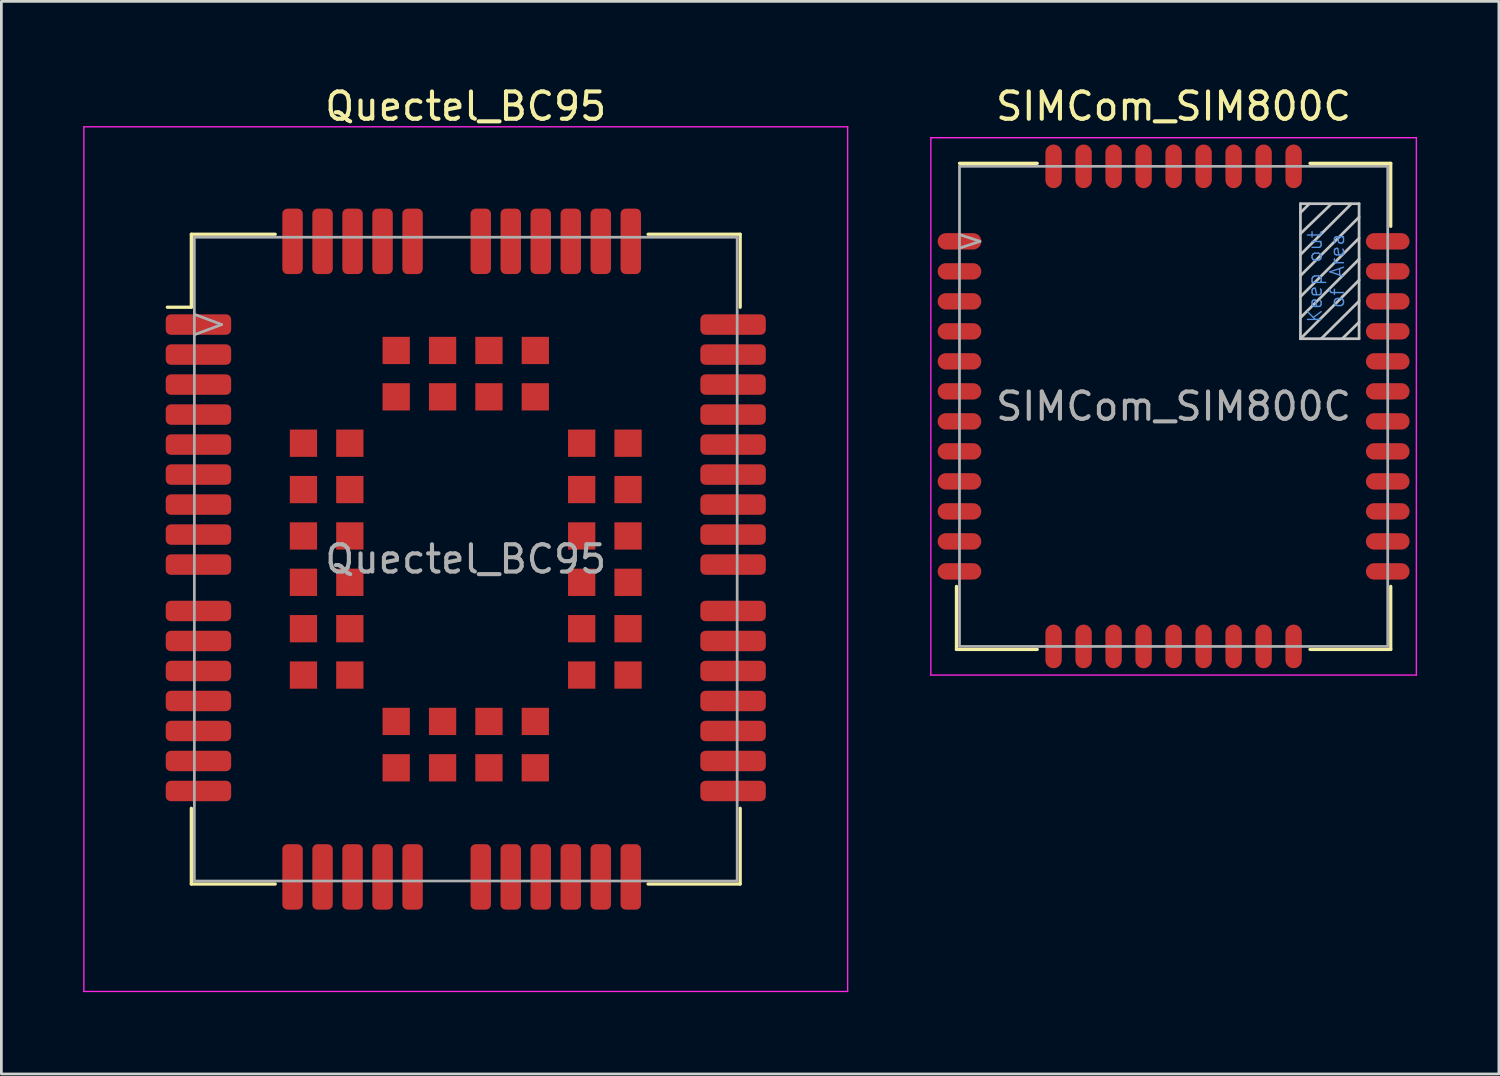
<source format=kicad_pcb>
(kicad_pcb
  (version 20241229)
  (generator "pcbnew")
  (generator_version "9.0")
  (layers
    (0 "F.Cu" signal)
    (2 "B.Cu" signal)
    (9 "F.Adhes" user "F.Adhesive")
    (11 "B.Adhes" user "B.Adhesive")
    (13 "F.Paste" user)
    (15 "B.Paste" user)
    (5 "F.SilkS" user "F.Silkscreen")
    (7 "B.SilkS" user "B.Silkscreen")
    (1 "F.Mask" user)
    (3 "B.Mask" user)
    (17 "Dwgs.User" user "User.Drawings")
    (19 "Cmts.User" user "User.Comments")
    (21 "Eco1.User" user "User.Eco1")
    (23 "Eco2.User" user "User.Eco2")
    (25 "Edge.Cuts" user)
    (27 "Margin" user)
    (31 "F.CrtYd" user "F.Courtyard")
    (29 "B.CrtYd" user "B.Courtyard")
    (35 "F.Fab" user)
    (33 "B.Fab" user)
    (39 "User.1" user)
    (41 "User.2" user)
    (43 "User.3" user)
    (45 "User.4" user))
  (footprint "SIMCom_SIM800C"
    (layer "F.Cu")
    (at 39.975 11.848)
    (property "Reference" "SIMCom_SIM800C" (at 0 -11 0) (layer "F.SilkS") (effects (font (size 1 1) (thickness 0.15))))
    (attr smd)
    (fp_line (start -7.96 8.91) (end -7.96 6.6) (stroke (width 0.12) (type solid)) (layer "F.SilkS"))
    (fp_line (start -7.96 8.91) (end -5 8.91) (stroke (width 0.12) (type solid)) (layer "F.SilkS"))
    (fp_line (start -7.85 -8.91) (end -5 -8.91) (stroke (width 0.12) (type solid)) (layer "F.SilkS"))
    (fp_line (start 7.96 -8.91) (end 5 -8.91) (stroke (width 0.12) (type solid)) (layer "F.SilkS"))
    (fp_line (start 7.96 -8.91) (end 7.96 -6.6) (stroke (width 0.12) (type solid)) (layer "F.SilkS"))
    (fp_line (start 7.96 8.91) (end 5 8.91) (stroke (width 0.12) (type solid)) (layer "F.SilkS"))
    (fp_line (start 7.96 8.91) (end 7.96 6.6) (stroke (width 0.12) (type solid)) (layer "F.SilkS"))
    (fp_line (start 4.65 -7.43) (end 4.65 -2.48) (stroke (width 0.1) (type solid)) (layer "Dwgs.User"))
    (fp_line (start 4.65 -7.43) (end 6.8 -7.43) (stroke (width 0.1) (type solid)) (layer "Dwgs.User"))
    (fp_line (start 4.65 -7.1) (end 4.97 -7.42) (stroke (width 0.1) (type solid)) (layer "Dwgs.User"))
    (fp_line (start 4.65 -6.33) (end 5.78 -7.42) (stroke (width 0.1) (type solid)) (layer "Dwgs.User"))
    (fp_line (start 4.65 -5.56) (end 6.51 -7.42) (stroke (width 0.1) (type solid)) (layer "Dwgs.User"))
    (fp_line (start 4.65 -4.79) (end 6.8 -6.94) (stroke (width 0.1) (type solid)) (layer "Dwgs.User"))
    (fp_line (start 4.65 -4.02) (end 6.8 -6.17) (stroke (width 0.1) (type solid)) (layer "Dwgs.User"))
    (fp_line (start 4.65 -3.25) (end 6.8 -5.4) (stroke (width 0.1) (type solid)) (layer "Dwgs.User"))
    (fp_line (start 4.65 -2.48) (end 6.8 -4.63) (stroke (width 0.1) (type solid)) (layer "Dwgs.User"))
    (fp_line (start 4.65 -2.48) (end 6.8 -2.48) (stroke (width 0.1) (type solid)) (layer "Dwgs.User"))
    (fp_line (start 5.415 -2.486) (end 6.8 -3.86) (stroke (width 0.1) (type solid)) (layer "Dwgs.User"))
    (fp_line (start 6.18 -2.48) (end 6.8 -3.09) (stroke (width 0.1) (type solid)) (layer "Dwgs.User"))
    (fp_line (start 6.8 -7.43) (end 6.8 -2.48) (stroke (width 0.1) (type solid)) (layer "Dwgs.User"))
    (fp_line (start -8.9 -9.85) (end -8.9 9.85) (stroke (width 0.05) (type solid)) (layer "F.CrtYd"))
    (fp_line (start -8.9 -9.85) (end 8.9 -9.85) (stroke (width 0.05) (type solid)) (layer "F.CrtYd"))
    (fp_line (start -8.9 9.85) (end 8.9 9.85) (stroke (width 0.05) (type solid)) (layer "F.CrtYd"))
    (fp_line (start 8.9 -9.85) (end 8.9 9.85) (stroke (width 0.05) (type solid)) (layer "F.CrtYd"))
    (fp_line (start -7.85 -8.8) (end -7.85 8.8) (stroke (width 0.1) (type solid)) (layer "F.Fab"))
    (fp_line (start -7.85 -8.8) (end 7.85 -8.8) (stroke (width 0.1) (type solid)) (layer "F.Fab"))
    (fp_line (start -7.85 -6.3) (end -7.1 -6.05) (stroke (width 0.1) (type solid)) (layer "F.Fab"))
    (fp_line (start -7.85 -5.8) (end -7.1 -6.05) (stroke (width 0.1) (type solid)) (layer "F.Fab"))
    (fp_line (start -7.85 8.8) (end 7.85 8.8) (stroke (width 0.1) (type solid)) (layer "F.Fab"))
    (fp_line (start 7.85 -8.8) (end 7.85 8.8) (stroke (width 0.1) (type solid)) (layer "F.Fab"))
    (fp_text user "of Area" (at 6 -4.97 90) (layer "Cmts.User") (effects (font (size 0.5 0.5) (thickness 0.05))))
    (fp_text user "Keep out " (at 5.18 -4.95 90) (layer "Cmts.User") (effects (font (size 0.5 0.5) (thickness 0.05))))
    (fp_text user "${REFERENCE}" (at 0 0 0) (layer "F.Fab") (effects (font (size 1 1) (thickness 0.15))))
    (pad "1" smd oval (at -7.85 -6.05) (size 1.6 0.6) (layers "F.Cu" "F.Mask" "F.Paste"))
    (pad "2" smd oval (at -7.85 -4.95) (size 1.6 0.6) (layers "F.Cu" "F.Mask" "F.Paste"))
    (pad "3" smd oval (at -7.85 -3.85) (size 1.6 0.6) (layers "F.Cu" "F.Mask" "F.Paste"))
    (pad "4" smd oval (at -7.85 -2.75) (size 1.6 0.6) (layers "F.Cu" "F.Mask" "F.Paste"))
    (pad "5" smd oval (at -7.85 -1.65) (size 1.6 0.6) (layers "F.Cu" "F.Mask" "F.Paste"))
    (pad "6" smd oval (at -7.85 -0.55) (size 1.6 0.6) (layers "F.Cu" "F.Mask" "F.Paste"))
    (pad "7" smd oval (at -7.85 0.55) (size 1.6 0.6) (layers "F.Cu" "F.Mask" "F.Paste"))
    (pad "8" smd oval (at -7.85 1.65) (size 1.6 0.6) (layers "F.Cu" "F.Mask" "F.Paste"))
    (pad "9" smd oval (at -7.85 2.75) (size 1.6 0.6) (layers "F.Cu" "F.Mask" "F.Paste"))
    (pad "10" smd oval (at -7.85 3.85) (size 1.6 0.6) (layers "F.Cu" "F.Mask" "F.Paste"))
    (pad "11" smd oval (at -7.85 4.95) (size 1.6 0.6) (layers "F.Cu" "F.Mask" "F.Paste"))
    (pad "12" smd oval (at -7.85 6.05) (size 1.6 0.6) (layers "F.Cu" "F.Mask" "F.Paste"))
    (pad "13" smd oval (at -4.4 8.8) (size 0.6 1.6) (layers "F.Cu" "F.Mask" "F.Paste"))
    (pad "14" smd oval (at -3.3 8.8) (size 0.6 1.6) (layers "F.Cu" "F.Mask" "F.Paste"))
    (pad "15" smd oval (at -2.2 8.8) (size 0.6 1.6) (layers "F.Cu" "F.Mask" "F.Paste"))
    (pad "16" smd oval (at -1.1 8.8) (size 0.6 1.6) (layers "F.Cu" "F.Mask" "F.Paste"))
    (pad "17" smd oval (at 0 8.8) (size 0.6 1.6) (layers "F.Cu" "F.Mask" "F.Paste"))
    (pad "18" smd oval (at 1.1 8.8) (size 0.6 1.6) (layers "F.Cu" "F.Mask" "F.Paste"))
    (pad "19" smd oval (at 2.2 8.8) (size 0.6 1.6) (layers "F.Cu" "F.Mask" "F.Paste"))
    (pad "20" smd oval (at 3.3 8.8) (size 0.6 1.6) (layers "F.Cu" "F.Mask" "F.Paste"))
    (pad "21" smd oval (at 4.4 8.8) (size 0.6 1.6) (layers "F.Cu" "F.Mask" "F.Paste"))
    (pad "22" smd oval (at 7.85 6.05) (size 1.6 0.6) (layers "F.Cu" "F.Mask" "F.Paste"))
    (pad "23" smd oval (at 7.85 4.95) (size 1.6 0.6) (layers "F.Cu" "F.Mask" "F.Paste"))
    (pad "24" smd oval (at 7.85 3.85) (size 1.6 0.6) (layers "F.Cu" "F.Mask" "F.Paste"))
    (pad "25" smd oval (at 7.85 2.75) (size 1.6 0.6) (layers "F.Cu" "F.Mask" "F.Paste"))
    (pad "26" smd oval (at 7.85 1.65) (size 1.6 0.6) (layers "F.Cu" "F.Mask" "F.Paste"))
    (pad "27" smd oval (at 7.85 0.55) (size 1.6 0.6) (layers "F.Cu" "F.Mask" "F.Paste"))
    (pad "28" smd oval (at 7.85 -0.55) (size 1.6 0.6) (layers "F.Cu" "F.Mask" "F.Paste"))
    (pad "29" smd oval (at 7.85 -1.65) (size 1.6 0.6) (layers "F.Cu" "F.Mask" "F.Paste"))
    (pad "30" smd oval (at 7.85 -2.75) (size 1.6 0.6) (layers "F.Cu" "F.Mask" "F.Paste"))
    (pad "31" smd oval (at 7.85 -3.85) (size 1.6 0.6) (layers "F.Cu" "F.Mask" "F.Paste"))
    (pad "32" smd oval (at 7.85 -4.95) (size 1.6 0.6) (layers "F.Cu" "F.Mask" "F.Paste"))
    (pad "33" smd oval (at 7.85 -6.05) (size 1.6 0.6) (layers "F.Cu" "F.Mask" "F.Paste"))
    (pad "34" smd oval (at 4.4 -8.8) (size 0.6 1.6) (layers "F.Cu" "F.Mask" "F.Paste"))
    (pad "35" smd oval (at 3.3 -8.8) (size 0.6 1.6) (layers "F.Cu" "F.Mask" "F.Paste"))
    (pad "36" smd oval (at 2.2 -8.8) (size 0.6 1.6) (layers "F.Cu" "F.Mask" "F.Paste"))
    (pad "37" smd oval (at 1.1 -8.8) (size 0.6 1.6) (layers "F.Cu" "F.Mask" "F.Paste"))
    (pad "38" smd oval (at 0 -8.8) (size 0.6 1.6) (layers "F.Cu" "F.Mask" "F.Paste"))
    (pad "39" smd oval (at -1.1 -8.8) (size 0.6 1.6) (layers "F.Cu" "F.Mask" "F.Paste"))
    (pad "40" smd oval (at -2.2 -8.8) (size 0.6 1.6) (layers "F.Cu" "F.Mask" "F.Paste"))
    (pad "41" smd oval (at -3.3 -8.8) (size 0.6 1.6) (layers "F.Cu" "F.Mask" "F.Paste"))
    (pad "42" smd oval (at -4.4 -8.8) (size 0.6 1.6) (layers "F.Cu" "F.Mask" "F.Paste")))
  (footprint "Quectel_BC95"
    (layer "F.Cu")
    (at 14.025 17.448)
    (property "Reference" "Quectel_BC95" (at 0 -16.6 0) (unlocked yes) (layer "F.SilkS") (effects (font (size 1 1) (thickness 0.15))))
    (attr smd)
    (fp_line (start -10.94 -9.235) (end -10.06 -9.235) (stroke (width 0.12) (type solid)) (layer "F.SilkS"))
    (fp_line (start -10.06 -11.91) (end -10.06 -9.235) (stroke (width 0.12) (type solid)) (layer "F.SilkS"))
    (fp_line (start -10.06 -11.91) (end -6.985 -11.91) (stroke (width 0.12) (type solid)) (layer "F.SilkS"))
    (fp_line (start -10.06 9.135) (end -10.06 11.91) (stroke (width 0.12) (type solid)) (layer "F.SilkS"))
    (fp_line (start -10.06 11.91) (end -6.985 11.91) (stroke (width 0.12) (type solid)) (layer "F.SilkS"))
    (fp_line (start 6.685 -11.91) (end 10.06 -11.91) (stroke (width 0.12) (type solid)) (layer "F.SilkS"))
    (fp_line (start 6.685 11.91) (end 10.06 11.91) (stroke (width 0.12) (type solid)) (layer "F.SilkS"))
    (fp_line (start 10.06 -11.91) (end 10.06 -9.235) (stroke (width 0.12) (type solid)) (layer "F.SilkS"))
    (fp_line (start 10.06 11.91) (end 10.06 9.135) (stroke (width 0.12) (type solid)) (layer "F.SilkS"))
    (fp_line (start -14 -15.85) (end -14 15.85) (stroke (width 0.05) (type solid)) (layer "F.CrtYd"))
    (fp_line (start -14 -15.85) (end 14 -15.85) (stroke (width 0.05) (type solid)) (layer "F.CrtYd"))
    (fp_line (start -14 15.85) (end 14 15.85) (stroke (width 0.05) (type solid)) (layer "F.CrtYd"))
    (fp_line (start 14 -15.85) (end 14 15.85) (stroke (width 0.05) (type solid)) (layer "F.CrtYd"))
    (fp_line (start -9.95 -11.8) (end -9.95 11.8) (stroke (width 0.1) (type solid)) (layer "F.Fab"))
    (fp_line (start -9.95 -11.8) (end 9.95 -11.8) (stroke (width 0.1) (type solid)) (layer "F.Fab"))
    (fp_line (start -9.95 -8.975) (end -8.95 -8.6) (stroke (width 0.1) (type solid)) (layer "F.Fab"))
    (fp_line (start -9.95 11.8) (end 9.95 11.8) (stroke (width 0.1) (type solid)) (layer "F.Fab"))
    (fp_line (start -8.95 -8.6) (end -9.95 -8.225) (stroke (width 0.1) (type solid)) (layer "F.Fab"))
    (fp_line (start 9.95 -11.8) (end 9.95 11.8) (stroke (width 0.1) (type solid)) (layer "F.Fab"))
    (fp_text user "${REFERENCE}" (at 0 0 0) (layer "F.Fab") (effects (font (size 1 1) (thickness 0.15))))
    (pad "1" smd roundrect (at -9.8 -8.6) (size 2.4 0.75) (layers "F.Cu" "F.Mask" "F.Paste") (roundrect_rratio 0.25))
    (pad "2" smd roundrect (at -9.8 -7.5) (size 2.4 0.75) (layers "F.Cu" "F.Mask" "F.Paste") (roundrect_rratio 0.25))
    (pad "3" smd roundrect (at -9.8 -6.4) (size 2.4 0.75) (layers "F.Cu" "F.Mask" "F.Paste") (roundrect_rratio 0.25))
    (pad "4" smd roundrect (at -9.8 -5.3) (size 2.4 0.75) (layers "F.Cu" "F.Mask" "F.Paste") (roundrect_rratio 0.25))
    (pad "5" smd roundrect (at -9.8 -4.2) (size 2.4 0.75) (layers "F.Cu" "F.Mask" "F.Paste") (roundrect_rratio 0.25))
    (pad "6" smd roundrect (at -9.8 -3.1) (size 2.4 0.75) (layers "F.Cu" "F.Mask" "F.Paste") (roundrect_rratio 0.25))
    (pad "7" smd roundrect (at -9.8 -2) (size 2.4 0.75) (layers "F.Cu" "F.Mask" "F.Paste") (roundrect_rratio 0.25))
    (pad "8" smd roundrect (at -9.8 -0.9) (size 2.4 0.75) (layers "F.Cu" "F.Mask" "F.Paste") (roundrect_rratio 0.25))
    (pad "9" smd roundrect (at -9.8 0.2) (size 2.4 0.75) (layers "F.Cu" "F.Mask" "F.Paste") (roundrect_rratio 0.25))
    (pad "10" smd roundrect (at -9.8 1.9) (size 2.4 0.75) (layers "F.Cu" "F.Mask" "F.Paste") (roundrect_rratio 0.25))
    (pad "11" smd roundrect (at -9.8 3) (size 2.4 0.75) (layers "F.Cu" "F.Mask" "F.Paste") (roundrect_rratio 0.25))
    (pad "12" smd roundrect (at -9.8 4.1) (size 2.4 0.75) (layers "F.Cu" "F.Mask" "F.Paste") (roundrect_rratio 0.25))
    (pad "13" smd roundrect (at -9.8 5.2) (size 2.4 0.75) (layers "F.Cu" "F.Mask" "F.Paste") (roundrect_rratio 0.25))
    (pad "14" smd roundrect (at -9.8 6.3) (size 2.4 0.75) (layers "F.Cu" "F.Mask" "F.Paste") (roundrect_rratio 0.25))
    (pad "15" smd roundrect (at -9.8 7.4) (size 2.4 0.75) (layers "F.Cu" "F.Mask" "F.Paste") (roundrect_rratio 0.25))
    (pad "16" smd roundrect (at -9.8 8.5) (size 2.4 0.75) (layers "F.Cu" "F.Mask" "F.Paste") (roundrect_rratio 0.25))
    (pad "17" smd roundrect (at -6.35 11.65) (size 0.75 2.4) (layers "F.Cu" "F.Mask" "F.Paste") (roundrect_rratio 0.25))
    (pad "18" smd roundrect (at -5.25 11.65) (size 0.75 2.4) (layers "F.Cu" "F.Mask" "F.Paste") (roundrect_rratio 0.25))
    (pad "19" smd roundrect (at -4.15 11.65) (size 0.75 2.4) (layers "F.Cu" "F.Mask" "F.Paste") (roundrect_rratio 0.25))
    (pad "20" smd roundrect (at -3.05 11.65) (size 0.75 2.4) (layers "F.Cu" "F.Mask" "F.Paste") (roundrect_rratio 0.25))
    (pad "21" smd roundrect (at -1.95 11.65) (size 0.75 2.4) (layers "F.Cu" "F.Mask" "F.Paste") (roundrect_rratio 0.25))
    (pad "22" smd roundrect (at 0.55 11.65) (size 0.75 2.4) (layers "F.Cu" "F.Mask" "F.Paste") (roundrect_rratio 0.25))
    (pad "23" smd roundrect (at 1.65 11.65) (size 0.75 2.4) (layers "F.Cu" "F.Mask" "F.Paste") (roundrect_rratio 0.25))
    (pad "24" smd roundrect (at 2.75 11.65) (size 0.75 2.4) (layers "F.Cu" "F.Mask" "F.Paste") (roundrect_rratio 0.25))
    (pad "25" smd roundrect (at 3.85 11.65) (size 0.75 2.4) (layers "F.Cu" "F.Mask" "F.Paste") (roundrect_rratio 0.25))
    (pad "26" smd roundrect (at 4.95 11.65) (size 0.75 2.4) (layers "F.Cu" "F.Mask" "F.Paste") (roundrect_rratio 0.25))
    (pad "27" smd roundrect (at 6.05 11.65) (size 0.75 2.4) (layers "F.Cu" "F.Mask" "F.Paste") (roundrect_rratio 0.25))
    (pad "28" smd roundrect (at 9.8 8.5) (size 2.4 0.75) (layers "F.Cu" "F.Mask" "F.Paste") (roundrect_rratio 0.25))
    (pad "29" smd roundrect (at 9.8 7.4) (size 2.4 0.75) (layers "F.Cu" "F.Mask" "F.Paste") (roundrect_rratio 0.25))
    (pad "30" smd roundrect (at 9.8 6.3) (size 2.4 0.75) (layers "F.Cu" "F.Mask" "F.Paste") (roundrect_rratio 0.25))
    (pad "31" smd roundrect (at 9.8 5.2) (size 2.4 0.75) (layers "F.Cu" "F.Mask" "F.Paste") (roundrect_rratio 0.25))
    (pad "32" smd roundrect (at 9.8 4.1) (size 2.4 0.75) (layers "F.Cu" "F.Mask" "F.Paste") (roundrect_rratio 0.25))
    (pad "33" smd roundrect (at 9.8 3) (size 2.4 0.75) (layers "F.Cu" "F.Mask" "F.Paste") (roundrect_rratio 0.25))
    (pad "34" smd roundrect (at 9.8 1.9) (size 2.4 0.75) (layers "F.Cu" "F.Mask" "F.Paste") (roundrect_rratio 0.25))
    (pad "35" smd roundrect (at 9.8 0.2) (size 2.4 0.75) (layers "F.Cu" "F.Mask" "F.Paste") (roundrect_rratio 0.25))
    (pad "36" smd roundrect (at 9.8 -0.9) (size 2.4 0.75) (layers "F.Cu" "F.Mask" "F.Paste") (roundrect_rratio 0.25))
    (pad "37" smd roundrect (at 9.8 -2) (size 2.4 0.75) (layers "F.Cu" "F.Mask" "F.Paste") (roundrect_rratio 0.25))
    (pad "38" smd roundrect (at 9.8 -3.1) (size 2.4 0.75) (layers "F.Cu" "F.Mask" "F.Paste") (roundrect_rratio 0.25))
    (pad "39" smd roundrect (at 9.8 -4.2) (size 2.4 0.75) (layers "F.Cu" "F.Mask" "F.Paste") (roundrect_rratio 0.25))
    (pad "40" smd roundrect (at 9.8 -5.3) (size 2.4 0.75) (layers "F.Cu" "F.Mask" "F.Paste") (roundrect_rratio 0.25))
    (pad "41" smd roundrect (at 9.8 -6.4) (size 2.4 0.75) (layers "F.Cu" "F.Mask" "F.Paste") (roundrect_rratio 0.25))
    (pad "42" smd roundrect (at 9.8 -7.5) (size 2.4 0.75) (layers "F.Cu" "F.Mask" "F.Paste") (roundrect_rratio 0.25))
    (pad "43" smd roundrect (at 9.8 -8.6) (size 2.4 0.75) (layers "F.Cu" "F.Mask" "F.Paste") (roundrect_rratio 0.25))
    (pad "44" smd roundrect (at 6.05 -11.65) (size 0.75 2.4) (layers "F.Cu" "F.Mask" "F.Paste") (roundrect_rratio 0.25))
    (pad "45" smd roundrect (at 4.95 -11.65) (size 0.75 2.4) (layers "F.Cu" "F.Mask" "F.Paste") (roundrect_rratio 0.25))
    (pad "46" smd roundrect (at 3.85 -11.65) (size 0.75 2.4) (layers "F.Cu" "F.Mask" "F.Paste") (roundrect_rratio 0.25))
    (pad "47" smd roundrect (at 2.75 -11.65) (size 0.75 2.4) (layers "F.Cu" "F.Mask" "F.Paste") (roundrect_rratio 0.25))
    (pad "48" smd roundrect (at 1.65 -11.65) (size 0.75 2.4) (layers "F.Cu" "F.Mask" "F.Paste") (roundrect_rratio 0.25))
    (pad "49" smd roundrect (at 0.55 -11.65) (size 0.75 2.4) (layers "F.Cu" "F.Mask" "F.Paste") (roundrect_rratio 0.25))
    (pad "50" smd roundrect (at -1.95 -11.65) (size 0.75 2.4) (layers "F.Cu" "F.Mask" "F.Paste") (roundrect_rratio 0.25))
    (pad "51" smd roundrect (at -3.05 -11.65) (size 0.75 2.4) (layers "F.Cu" "F.Mask" "F.Paste") (roundrect_rratio 0.25))
    (pad "52" smd roundrect (at -4.15 -11.65) (size 0.75 2.4) (layers "F.Cu" "F.Mask" "F.Paste") (roundrect_rratio 0.25))
    (pad "53" smd roundrect (at -5.25 -11.65) (size 0.75 2.4) (layers "F.Cu" "F.Mask" "F.Paste") (roundrect_rratio 0.25))
    (pad "54" smd roundrect (at -6.35 -11.65) (size 0.75 2.4) (layers "F.Cu" "F.Mask" "F.Paste") (roundrect_rratio 0.25))
    (pad "55" smd rect (at -5.95 -4.25) (size 1 1) (layers "F.Cu" "F.Mask" "F.Paste"))
    (pad "56" smd rect (at -5.95 -2.55) (size 1 1) (layers "F.Cu" "F.Mask" "F.Paste"))
    (pad "57" smd rect (at -5.95 -0.85) (size 1 1) (layers "F.Cu" "F.Mask" "F.Paste"))
    (pad "58" smd rect (at -5.95 0.85) (size 1 1) (layers "F.Cu" "F.Mask" "F.Paste"))
    (pad "59" smd rect (at -5.95 2.55) (size 1 1) (layers "F.Cu" "F.Mask" "F.Paste"))
    (pad "60" smd rect (at -5.95 4.25) (size 1 1) (layers "F.Cu" "F.Mask" "F.Paste"))
    (pad "61" smd rect (at -2.55 7.65) (size 1 1) (layers "F.Cu" "F.Mask" "F.Paste"))
    (pad "62" smd rect (at -0.85 7.65) (size 1 1) (layers "F.Cu" "F.Mask" "F.Paste"))
    (pad "63" smd rect (at 0.85 7.65) (size 1 1) (layers "F.Cu" "F.Mask" "F.Paste"))
    (pad "64" smd rect (at 2.55 7.65) (size 1 1) (layers "F.Cu" "F.Mask" "F.Paste"))
    (pad "65" smd rect (at 5.95 4.25) (size 1 1) (layers "F.Cu" "F.Mask" "F.Paste"))
    (pad "66" smd rect (at 5.95 2.55) (size 1 1) (layers "F.Cu" "F.Mask" "F.Paste"))
    (pad "67" smd rect (at 5.95 0.85) (size 1 1) (layers "F.Cu" "F.Mask" "F.Paste"))
    (pad "68" smd rect (at 5.95 -0.85) (size 1 1) (layers "F.Cu" "F.Mask" "F.Paste"))
    (pad "69" smd rect (at 5.95 -2.55) (size 1 1) (layers "F.Cu" "F.Mask" "F.Paste"))
    (pad "70" smd rect (at 5.95 -4.25) (size 1 1) (layers "F.Cu" "F.Mask" "F.Paste"))
    (pad "71" smd rect (at 2.55 -7.65) (size 1 1) (layers "F.Cu" "F.Mask" "F.Paste"))
    (pad "72" smd rect (at 0.85 -7.65) (size 1 1) (layers "F.Cu" "F.Mask" "F.Paste"))
    (pad "73" smd rect (at -0.85 -7.65) (size 1 1) (layers "F.Cu" "F.Mask" "F.Paste"))
    (pad "74" smd rect (at -2.55 -7.65) (size 1 1) (layers "F.Cu" "F.Mask" "F.Paste"))
    (pad "75" smd rect (at -4.25 -4.25) (size 1 1) (layers "F.Cu" "F.Mask" "F.Paste"))
    (pad "76" smd rect (at -4.25 -2.55) (size 1 1) (layers "F.Cu" "F.Mask" "F.Paste"))
    (pad "77" smd rect (at -4.25 -0.85) (size 1 1) (layers "F.Cu" "F.Mask" "F.Paste"))
    (pad "78" smd rect (at -4.25 0.85) (size 1 1) (layers "F.Cu" "F.Mask" "F.Paste"))
    (pad "79" smd rect (at -4.25 2.55) (size 1 1) (layers "F.Cu" "F.Mask" "F.Paste"))
    (pad "80" smd rect (at -4.25 4.25) (size 1 1) (layers "F.Cu" "F.Mask" "F.Paste"))
    (pad "81" smd rect (at -2.55 5.95) (size 1 1) (layers "F.Cu" "F.Mask" "F.Paste"))
    (pad "82" smd rect (at -0.85 5.95) (size 1 1) (layers "F.Cu" "F.Mask" "F.Paste"))
    (pad "83" smd rect (at 0.85 5.95) (size 1 1) (layers "F.Cu" "F.Mask" "F.Paste"))
    (pad "84" smd rect (at 2.55 5.95) (size 1 1) (layers "F.Cu" "F.Mask" "F.Paste"))
    (pad "85" smd rect (at 4.25 4.25) (size 1 1) (layers "F.Cu" "F.Mask" "F.Paste"))
    (pad "86" smd rect (at 4.25 2.55) (size 1 1) (layers "F.Cu" "F.Mask" "F.Paste"))
    (pad "87" smd rect (at 4.25 0.85) (size 1 1) (layers "F.Cu" "F.Mask" "F.Paste"))
    (pad "88" smd rect (at 4.25 -0.85) (size 1 1) (layers "F.Cu" "F.Mask" "F.Paste"))
    (pad "89" smd rect (at 4.25 -2.55) (size 1 1) (layers "F.Cu" "F.Mask" "F.Paste"))
    (pad "90" smd rect (at 4.25 -4.25) (size 1 1) (layers "F.Cu" "F.Mask" "F.Paste"))
    (pad "91" smd rect (at 2.55 -5.95) (size 1 1) (layers "F.Cu" "F.Mask" "F.Paste"))
    (pad "92" smd rect (at 0.85 -5.95) (size 1 1) (layers "F.Cu" "F.Mask" "F.Paste"))
    (pad "93" smd rect (at -0.85 -5.95) (size 1 1) (layers "F.Cu" "F.Mask" "F.Paste"))
    (pad "94" smd rect (at -2.55 -5.95) (size 1 1) (layers "F.Cu" "F.Mask" "F.Paste")))
  (gr_rect
    (start -3 -3)
    (end 51.9 36.323)
    (stroke (width 0.1) (type default))
    (fill no)
    (layer "Edge.Cuts")))
</source>
